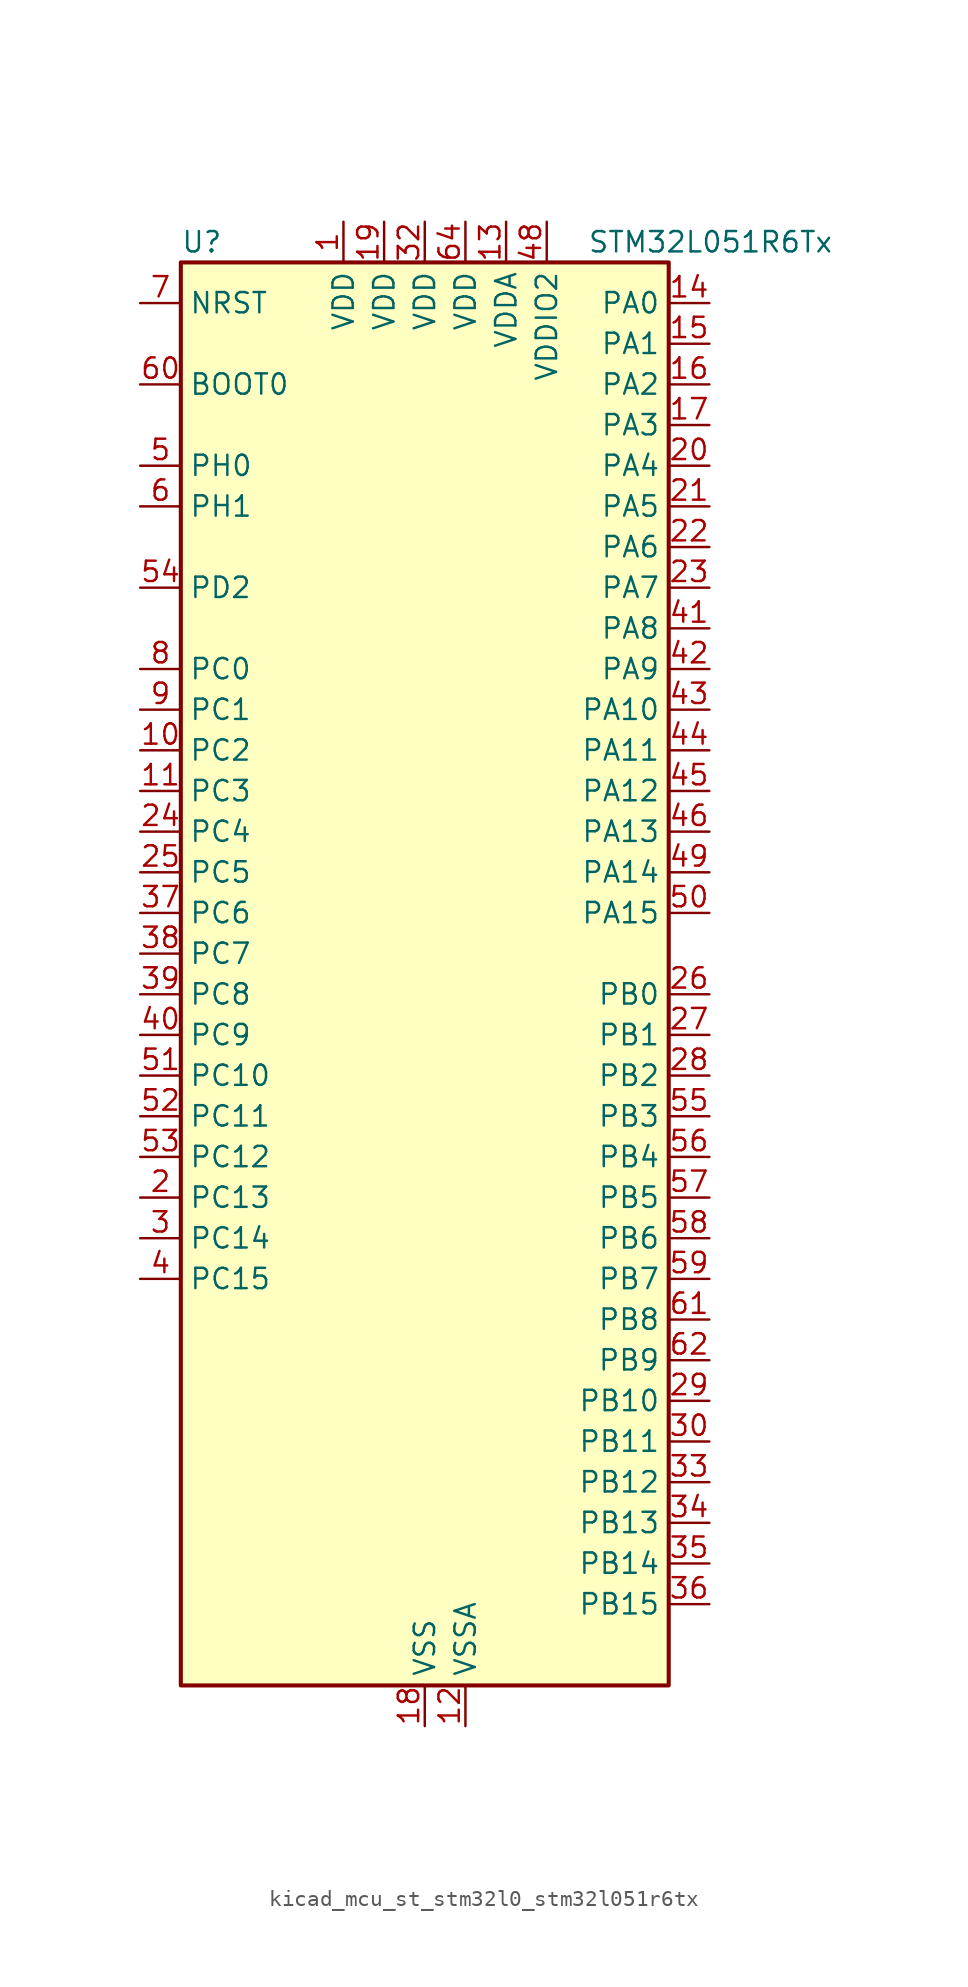
<source format=kicad_sym>
(kicad_symbol_lib
  (version 20220914)
  (generator kicad_symbol_editor)
  (symbol "kicad_mcu_st_stm32l0_stm32l051r6tx"
    (property "Reference" "U"
      (at -15.24 46.99 0)
      (effects (font (size 1.27 1.27)) (justify left)))
    (property "Value" "STM32L051R6Tx"
      (at 10.16 46.99 0)
      (effects (font (size 1.27 1.27)) (justify left)))
    (property "ki_locked" ""
      (at 0 0 0)
      (effects (font (size 1.27 1.27))))
    (symbol "kicad_mcu_st_stm32l0_stm32l051r6tx_0_1"
      (rectangle (start -15.24 -43.18) (end 15.24 45.72) (stroke (width 0.254) (type default)) (fill (type background))))
    (symbol "kicad_mcu_st_stm32l0_stm32l051r6tx_1_1"
      (pin power_in line (at -5.08 48.26 270) (length 2.54) (name "VDD" (effects (font (size 1.27 1.27)))) (number "1" (effects (font (size 1.27 1.27)))))
      (pin bidirectional line (at -17.78 15.24 0) (length 2.54) (name "PC2" (effects (font (size 1.27 1.27)))) (number "10" (effects (font (size 1.27 1.27)))) (alternate "ADC_IN12" bidirectional line) (alternate "I2S2_MCK" bidirectional line) (alternate "LPTIM1_IN2" bidirectional line) (alternate "SPI2_MISO" bidirectional line))
      (pin bidirectional line (at -17.78 12.7 0) (length 2.54) (name "PC3" (effects (font (size 1.27 1.27)))) (number "11" (effects (font (size 1.27 1.27)))) (alternate "ADC_IN13" bidirectional line) (alternate "I2S2_SD" bidirectional line) (alternate "LPTIM1_ETR" bidirectional line) (alternate "SPI2_MOSI" bidirectional line))
      (pin power_in line (at 2.54 -45.72 90) (length 2.54) (name "VSSA" (effects (font (size 1.27 1.27)))) (number "12" (effects (font (size 1.27 1.27)))))
      (pin power_in line (at 5.08 48.26 270) (length 2.54) (name "VDDA" (effects (font (size 1.27 1.27)))) (number "13" (effects (font (size 1.27 1.27)))))
      (pin bidirectional line (at 17.78 43.18 180) (length 2.54) (name "PA0" (effects (font (size 1.27 1.27)))) (number "14" (effects (font (size 1.27 1.27)))) (alternate "ADC_IN0" bidirectional line) (alternate "COMP1_INM" bidirectional line) (alternate "COMP1_OUT" bidirectional line) (alternate "RTC_TAMP2" bidirectional line) (alternate "SYS_WKUP1" bidirectional line) (alternate "TIM2_CH1" bidirectional line) (alternate "TIM2_ETR" bidirectional line) (alternate "USART2_CTS" bidirectional line))
      (pin bidirectional line (at 17.78 40.64 180) (length 2.54) (name "PA1" (effects (font (size 1.27 1.27)))) (number "15" (effects (font (size 1.27 1.27)))) (alternate "ADC_IN1" bidirectional line) (alternate "COMP1_INP" bidirectional line) (alternate "TIM21_ETR" bidirectional line) (alternate "TIM2_CH2" bidirectional line) (alternate "USART2_DE" bidirectional line) (alternate "USART2_RTS" bidirectional line))
      (pin bidirectional line (at 17.78 38.1 180) (length 2.54) (name "PA2" (effects (font (size 1.27 1.27)))) (number "16" (effects (font (size 1.27 1.27)))) (alternate "ADC_IN2" bidirectional line) (alternate "COMP2_INM" bidirectional line) (alternate "COMP2_OUT" bidirectional line) (alternate "TIM21_CH1" bidirectional line) (alternate "TIM2_CH3" bidirectional line) (alternate "USART2_TX" bidirectional line))
      (pin bidirectional line (at 17.78 35.56 180) (length 2.54) (name "PA3" (effects (font (size 1.27 1.27)))) (number "17" (effects (font (size 1.27 1.27)))) (alternate "ADC_IN3" bidirectional line) (alternate "COMP2_INP" bidirectional line) (alternate "TIM21_CH2" bidirectional line) (alternate "TIM2_CH4" bidirectional line) (alternate "USART2_RX" bidirectional line))
      (pin power_in line (at 0 -45.72 90) (length 2.54) (name "VSS" (effects (font (size 1.27 1.27)))) (number "18" (effects (font (size 1.27 1.27)))))
      (pin power_in line (at -2.54 48.26 270) (length 2.54) (name "VDD" (effects (font (size 1.27 1.27)))) (number "19" (effects (font (size 1.27 1.27)))))
      (pin bidirectional line (at -17.78 -12.7 0) (length 2.54) (name "PC13" (effects (font (size 1.27 1.27)))) (number "2" (effects (font (size 1.27 1.27)))) (alternate "RTC_OUT_ALARM" bidirectional line) (alternate "RTC_OUT_CALIB" bidirectional line) (alternate "RTC_TAMP1" bidirectional line) (alternate "RTC_TS" bidirectional line) (alternate "SYS_WKUP2" bidirectional line))
      (pin bidirectional line (at 17.78 33.02 180) (length 2.54) (name "PA4" (effects (font (size 1.27 1.27)))) (number "20" (effects (font (size 1.27 1.27)))) (alternate "ADC_IN4" bidirectional line) (alternate "COMP1_INM" bidirectional line) (alternate "COMP2_INM" bidirectional line) (alternate "SPI1_NSS" bidirectional line) (alternate "TIM22_ETR" bidirectional line) (alternate "USART2_CK" bidirectional line))
      (pin bidirectional line (at 17.78 30.48 180) (length 2.54) (name "PA5" (effects (font (size 1.27 1.27)))) (number "21" (effects (font (size 1.27 1.27)))) (alternate "ADC_IN5" bidirectional line) (alternate "COMP1_INM" bidirectional line) (alternate "COMP2_INM" bidirectional line) (alternate "SPI1_SCK" bidirectional line) (alternate "TIM2_CH1" bidirectional line) (alternate "TIM2_ETR" bidirectional line))
      (pin bidirectional line (at 17.78 27.94 180) (length 2.54) (name "PA6" (effects (font (size 1.27 1.27)))) (number "22" (effects (font (size 1.27 1.27)))) (alternate "ADC_IN6" bidirectional line) (alternate "COMP1_OUT" bidirectional line) (alternate "LPUART1_CTS" bidirectional line) (alternate "SPI1_MISO" bidirectional line) (alternate "TIM22_CH1" bidirectional line))
      (pin bidirectional line (at 17.78 25.4 180) (length 2.54) (name "PA7" (effects (font (size 1.27 1.27)))) (number "23" (effects (font (size 1.27 1.27)))) (alternate "ADC_IN7" bidirectional line) (alternate "COMP2_OUT" bidirectional line) (alternate "SPI1_MOSI" bidirectional line) (alternate "TIM22_CH2" bidirectional line))
      (pin bidirectional line (at -17.78 10.16 0) (length 2.54) (name "PC4" (effects (font (size 1.27 1.27)))) (number "24" (effects (font (size 1.27 1.27)))) (alternate "ADC_IN14" bidirectional line) (alternate "LPUART1_TX" bidirectional line))
      (pin bidirectional line (at -17.78 7.62 0) (length 2.54) (name "PC5" (effects (font (size 1.27 1.27)))) (number "25" (effects (font (size 1.27 1.27)))) (alternate "ADC_IN15" bidirectional line) (alternate "LPUART1_RX" bidirectional line))
      (pin bidirectional line (at 17.78 0 180) (length 2.54) (name "PB0" (effects (font (size 1.27 1.27)))) (number "26" (effects (font (size 1.27 1.27)))) (alternate "ADC_IN8" bidirectional line) (alternate "SYS_VREF_OUT_PB0" bidirectional line))
      (pin bidirectional line (at 17.78 -2.54 180) (length 2.54) (name "PB1" (effects (font (size 1.27 1.27)))) (number "27" (effects (font (size 1.27 1.27)))) (alternate "ADC_IN9" bidirectional line) (alternate "LPUART1_DE" bidirectional line) (alternate "LPUART1_RTS" bidirectional line) (alternate "SYS_VREF_OUT_PB1" bidirectional line))
      (pin bidirectional line (at 17.78 -5.08 180) (length 2.54) (name "PB2" (effects (font (size 1.27 1.27)))) (number "28" (effects (font (size 1.27 1.27)))) (alternate "LPTIM1_OUT" bidirectional line))
      (pin bidirectional line (at 17.78 -25.4 180) (length 2.54) (name "PB10" (effects (font (size 1.27 1.27)))) (number "29" (effects (font (size 1.27 1.27)))) (alternate "I2C2_SCL" bidirectional line) (alternate "LPUART1_TX" bidirectional line) (alternate "SPI2_SCK" bidirectional line) (alternate "TIM2_CH3" bidirectional line))
      (pin bidirectional line (at -17.78 -15.24 0) (length 2.54) (name "PC14" (effects (font (size 1.27 1.27)))) (number "3" (effects (font (size 1.27 1.27)))) (alternate "RCC_OSC32_IN" bidirectional line))
      (pin bidirectional line (at 17.78 -27.94 180) (length 2.54) (name "PB11" (effects (font (size 1.27 1.27)))) (number "30" (effects (font (size 1.27 1.27)))) (alternate "ADC_EXTI11" bidirectional line) (alternate "I2C2_SDA" bidirectional line) (alternate "LPUART1_RX" bidirectional line) (alternate "TIM2_CH4" bidirectional line))
      (pin passive line (at 0 -45.72 90) (length 2.54) hide (name "VSS" (effects (font (size 1.27 1.27)))) (number "31" (effects (font (size 1.27 1.27)))))
      (pin power_in line (at 0 48.26 270) (length 2.54) (name "VDD" (effects (font (size 1.27 1.27)))) (number "32" (effects (font (size 1.27 1.27)))))
      (pin bidirectional line (at 17.78 -30.48 180) (length 2.54) (name "PB12" (effects (font (size 1.27 1.27)))) (number "33" (effects (font (size 1.27 1.27)))) (alternate "I2S2_WS" bidirectional line) (alternate "LPUART1_DE" bidirectional line) (alternate "LPUART1_RTS" bidirectional line) (alternate "SPI2_NSS" bidirectional line))
      (pin bidirectional line (at 17.78 -33.02 180) (length 2.54) (name "PB13" (effects (font (size 1.27 1.27)))) (number "34" (effects (font (size 1.27 1.27)))) (alternate "I2C2_SCL" bidirectional line) (alternate "I2S2_CK" bidirectional line) (alternate "LPUART1_CTS" bidirectional line) (alternate "SPI2_SCK" bidirectional line) (alternate "TIM21_CH1" bidirectional line))
      (pin bidirectional line (at 17.78 -35.56 180) (length 2.54) (name "PB14" (effects (font (size 1.27 1.27)))) (number "35" (effects (font (size 1.27 1.27)))) (alternate "I2C2_SDA" bidirectional line) (alternate "I2S2_MCK" bidirectional line) (alternate "LPUART1_DE" bidirectional line) (alternate "LPUART1_RTS" bidirectional line) (alternate "RTC_OUT_ALARM" bidirectional line) (alternate "RTC_OUT_CALIB" bidirectional line) (alternate "SPI2_MISO" bidirectional line) (alternate "TIM21_CH2" bidirectional line))
      (pin bidirectional line (at 17.78 -38.1 180) (length 2.54) (name "PB15" (effects (font (size 1.27 1.27)))) (number "36" (effects (font (size 1.27 1.27)))) (alternate "I2S2_SD" bidirectional line) (alternate "RTC_REFIN" bidirectional line) (alternate "SPI2_MOSI" bidirectional line))
      (pin bidirectional line (at -17.78 5.08 0) (length 2.54) (name "PC6" (effects (font (size 1.27 1.27)))) (number "37" (effects (font (size 1.27 1.27)))) (alternate "TIM22_CH1" bidirectional line))
      (pin bidirectional line (at -17.78 2.54 0) (length 2.54) (name "PC7" (effects (font (size 1.27 1.27)))) (number "38" (effects (font (size 1.27 1.27)))) (alternate "TIM22_CH2" bidirectional line))
      (pin bidirectional line (at -17.78 0 0) (length 2.54) (name "PC8" (effects (font (size 1.27 1.27)))) (number "39" (effects (font (size 1.27 1.27)))) (alternate "TIM22_ETR" bidirectional line))
      (pin bidirectional line (at -17.78 -17.78 0) (length 2.54) (name "PC15" (effects (font (size 1.27 1.27)))) (number "4" (effects (font (size 1.27 1.27)))) (alternate "RCC_OSC32_OUT" bidirectional line))
      (pin bidirectional line (at -17.78 -2.54 0) (length 2.54) (name "PC9" (effects (font (size 1.27 1.27)))) (number "40" (effects (font (size 1.27 1.27)))) (alternate "TIM21_ETR" bidirectional line))
      (pin bidirectional line (at 17.78 22.86 180) (length 2.54) (name "PA8" (effects (font (size 1.27 1.27)))) (number "41" (effects (font (size 1.27 1.27)))) (alternate "RCC_MCO" bidirectional line) (alternate "USART1_CK" bidirectional line))
      (pin bidirectional line (at 17.78 20.32 180) (length 2.54) (name "PA9" (effects (font (size 1.27 1.27)))) (number "42" (effects (font (size 1.27 1.27)))) (alternate "RCC_MCO" bidirectional line) (alternate "USART1_TX" bidirectional line))
      (pin bidirectional line (at 17.78 17.78 180) (length 2.54) (name "PA10" (effects (font (size 1.27 1.27)))) (number "43" (effects (font (size 1.27 1.27)))) (alternate "USART1_RX" bidirectional line))
      (pin bidirectional line (at 17.78 15.24 180) (length 2.54) (name "PA11" (effects (font (size 1.27 1.27)))) (number "44" (effects (font (size 1.27 1.27)))) (alternate "ADC_EXTI11" bidirectional line) (alternate "COMP1_OUT" bidirectional line) (alternate "SPI1_MISO" bidirectional line) (alternate "USART1_CTS" bidirectional line))
      (pin bidirectional line (at 17.78 12.7 180) (length 2.54) (name "PA12" (effects (font (size 1.27 1.27)))) (number "45" (effects (font (size 1.27 1.27)))) (alternate "COMP2_OUT" bidirectional line) (alternate "SPI1_MOSI" bidirectional line) (alternate "USART1_DE" bidirectional line) (alternate "USART1_RTS" bidirectional line))
      (pin bidirectional line (at 17.78 10.16 180) (length 2.54) (name "PA13" (effects (font (size 1.27 1.27)))) (number "46" (effects (font (size 1.27 1.27)))) (alternate "SYS_SWDIO" bidirectional line))
      (pin passive line (at 0 -45.72 90) (length 2.54) hide (name "VSS" (effects (font (size 1.27 1.27)))) (number "47" (effects (font (size 1.27 1.27)))))
      (pin power_in line (at 7.62 48.26 270) (length 2.54) (name "VDDIO2" (effects (font (size 1.27 1.27)))) (number "48" (effects (font (size 1.27 1.27)))))
      (pin bidirectional line (at 17.78 7.62 180) (length 2.54) (name "PA14" (effects (font (size 1.27 1.27)))) (number "49" (effects (font (size 1.27 1.27)))) (alternate "SYS_SWCLK" bidirectional line) (alternate "USART2_TX" bidirectional line))
      (pin bidirectional line (at -17.78 33.02 0) (length 2.54) (name "PH0" (effects (font (size 1.27 1.27)))) (number "5" (effects (font (size 1.27 1.27)))) (alternate "RCC_OSC_IN" bidirectional line))
      (pin bidirectional line (at 17.78 5.08 180) (length 2.54) (name "PA15" (effects (font (size 1.27 1.27)))) (number "50" (effects (font (size 1.27 1.27)))) (alternate "SPI1_NSS" bidirectional line) (alternate "TIM2_CH1" bidirectional line) (alternate "TIM2_ETR" bidirectional line) (alternate "USART2_RX" bidirectional line))
      (pin bidirectional line (at -17.78 -5.08 0) (length 2.54) (name "PC10" (effects (font (size 1.27 1.27)))) (number "51" (effects (font (size 1.27 1.27)))) (alternate "LPUART1_TX" bidirectional line))
      (pin bidirectional line (at -17.78 -7.62 0) (length 2.54) (name "PC11" (effects (font (size 1.27 1.27)))) (number "52" (effects (font (size 1.27 1.27)))) (alternate "ADC_EXTI11" bidirectional line) (alternate "LPUART1_RX" bidirectional line))
      (pin bidirectional line (at -17.78 -10.16 0) (length 2.54) (name "PC12" (effects (font (size 1.27 1.27)))) (number "53" (effects (font (size 1.27 1.27)))))
      (pin bidirectional line (at -17.78 25.4 0) (length 2.54) (name "PD2" (effects (font (size 1.27 1.27)))) (number "54" (effects (font (size 1.27 1.27)))) (alternate "LPUART1_DE" bidirectional line) (alternate "LPUART1_RTS" bidirectional line))
      (pin bidirectional line (at 17.78 -7.62 180) (length 2.54) (name "PB3" (effects (font (size 1.27 1.27)))) (number "55" (effects (font (size 1.27 1.27)))) (alternate "COMP2_INM" bidirectional line) (alternate "SPI1_SCK" bidirectional line) (alternate "TIM2_CH2" bidirectional line))
      (pin bidirectional line (at 17.78 -10.16 180) (length 2.54) (name "PB4" (effects (font (size 1.27 1.27)))) (number "56" (effects (font (size 1.27 1.27)))) (alternate "COMP2_INP" bidirectional line) (alternate "SPI1_MISO" bidirectional line) (alternate "TIM22_CH1" bidirectional line))
      (pin bidirectional line (at 17.78 -12.7 180) (length 2.54) (name "PB5" (effects (font (size 1.27 1.27)))) (number "57" (effects (font (size 1.27 1.27)))) (alternate "COMP2_INP" bidirectional line) (alternate "I2C1_SMBA" bidirectional line) (alternate "LPTIM1_IN1" bidirectional line) (alternate "SPI1_MOSI" bidirectional line) (alternate "TIM22_CH2" bidirectional line))
      (pin bidirectional line (at 17.78 -15.24 180) (length 2.54) (name "PB6" (effects (font (size 1.27 1.27)))) (number "58" (effects (font (size 1.27 1.27)))) (alternate "COMP2_INP" bidirectional line) (alternate "I2C1_SCL" bidirectional line) (alternate "LPTIM1_ETR" bidirectional line) (alternate "USART1_TX" bidirectional line))
      (pin bidirectional line (at 17.78 -17.78 180) (length 2.54) (name "PB7" (effects (font (size 1.27 1.27)))) (number "59" (effects (font (size 1.27 1.27)))) (alternate "COMP2_INP" bidirectional line) (alternate "I2C1_SDA" bidirectional line) (alternate "LPTIM1_IN2" bidirectional line) (alternate "SYS_PVD_IN" bidirectional line) (alternate "USART1_RX" bidirectional line))
      (pin bidirectional line (at -17.78 30.48 0) (length 2.54) (name "PH1" (effects (font (size 1.27 1.27)))) (number "6" (effects (font (size 1.27 1.27)))) (alternate "RCC_OSC_OUT" bidirectional line))
      (pin input line (at -17.78 38.1 0) (length 2.54) (name "BOOT0" (effects (font (size 1.27 1.27)))) (number "60" (effects (font (size 1.27 1.27)))))
      (pin bidirectional line (at 17.78 -20.32 180) (length 2.54) (name "PB8" (effects (font (size 1.27 1.27)))) (number "61" (effects (font (size 1.27 1.27)))) (alternate "I2C1_SCL" bidirectional line))
      (pin bidirectional line (at 17.78 -22.86 180) (length 2.54) (name "PB9" (effects (font (size 1.27 1.27)))) (number "62" (effects (font (size 1.27 1.27)))) (alternate "I2C1_SDA" bidirectional line) (alternate "I2S2_WS" bidirectional line) (alternate "SPI2_NSS" bidirectional line))
      (pin passive line (at 0 -45.72 90) (length 2.54) hide (name "VSS" (effects (font (size 1.27 1.27)))) (number "63" (effects (font (size 1.27 1.27)))))
      (pin power_in line (at 2.54 48.26 270) (length 2.54) (name "VDD" (effects (font (size 1.27 1.27)))) (number "64" (effects (font (size 1.27 1.27)))))
      (pin input line (at -17.78 43.18 0) (length 2.54) (name "NRST" (effects (font (size 1.27 1.27)))) (number "7" (effects (font (size 1.27 1.27)))))
      (pin bidirectional line (at -17.78 20.32 0) (length 2.54) (name "PC0" (effects (font (size 1.27 1.27)))) (number "8" (effects (font (size 1.27 1.27)))) (alternate "ADC_IN10" bidirectional line) (alternate "LPTIM1_IN1" bidirectional line))
      (pin bidirectional line (at -17.78 17.78 0) (length 2.54) (name "PC1" (effects (font (size 1.27 1.27)))) (number "9" (effects (font (size 1.27 1.27)))) (alternate "ADC_IN11" bidirectional line) (alternate "LPTIM1_OUT" bidirectional line)))))
</source>
